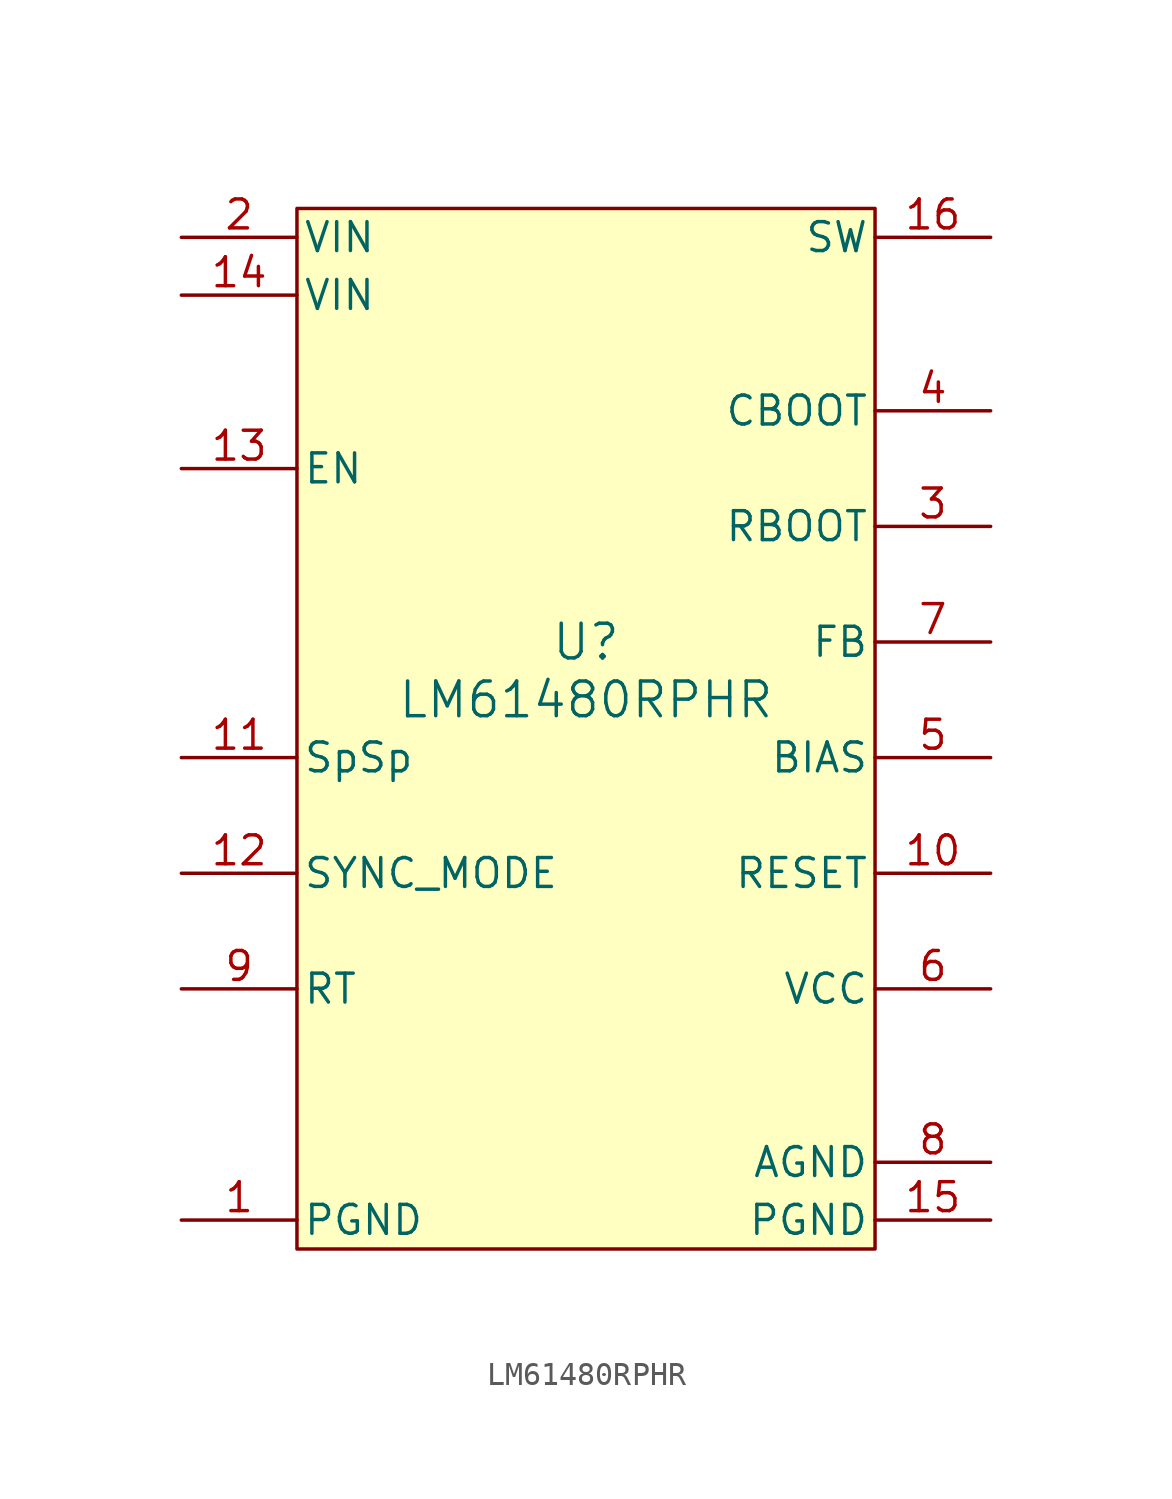
<source format=kicad_sym>
(kicad_symbol_lib
  (version 20220914)
  (generator kicad_symbol_editor)
  (symbol "LM61480RPHR"
    (pin_names
      (offset 0.254))
    (property "Reference" "U"
      (at 0 2.54 0)
      (effects (font (size 1.524 1.524))))
    (property "Value" "LM61480RPHR"
      (at 0 0 0)
      (effects (font (size 1.524 1.524))))
    (property "ki_locked" ""
      (at 0 0 0)
      (effects (font (size 1.27 1.27))))
    (symbol "LM61480RPHR_0_1"
      (pin power_in line (at -17.78 -22.86 0) (length 5.08) (name "PGND" (effects (font (size 1.27 1.27)))) (number "1" (effects (font (size 1.27 1.27)))))
      (pin input line (at 17.78 -7.62 180) (length 5.08) (name "RESET" (effects (font (size 1.27 1.27)))) (number "10" (effects (font (size 1.27 1.27)))))
      (pin unspecified line (at -17.78 -2.54 0) (length 5.08) (name "SpSp" (effects (font (size 1.27 1.27)))) (number "11" (effects (font (size 1.27 1.27)))))
      (pin input line (at -17.78 -7.62 0) (length 5.08) (name "SYNC_MODE" (effects (font (size 1.27 1.27)))) (number "12" (effects (font (size 1.27 1.27)))))
      (pin input line (at -17.78 10.16 0) (length 5.08) (name "EN" (effects (font (size 1.27 1.27)))) (number "13" (effects (font (size 1.27 1.27)))))
      (pin power_in line (at -17.78 17.78 0) (length 5.08) (name "VIN" (effects (font (size 1.27 1.27)))) (number "14" (effects (font (size 1.27 1.27)))))
      (pin power_in line (at 17.78 -22.86 180) (length 5.08) (name "PGND" (effects (font (size 1.27 1.27)))) (number "15" (effects (font (size 1.27 1.27)))))
      (pin power_in line (at 17.78 20.32 180) (length 5.08) (name "SW" (effects (font (size 1.27 1.27)))) (number "16" (effects (font (size 1.27 1.27)))))
      (pin power_in line (at -17.78 20.32 0) (length 5.08) (name "VIN" (effects (font (size 1.27 1.27)))) (number "2" (effects (font (size 1.27 1.27)))))
      (pin unspecified line (at 17.78 7.62 180) (length 5.08) (name "RBOOT" (effects (font (size 1.27 1.27)))) (number "3" (effects (font (size 1.27 1.27)))))
      (pin unspecified line (at 17.78 12.7 180) (length 5.08) (name "CBOOT" (effects (font (size 1.27 1.27)))) (number "4" (effects (font (size 1.27 1.27)))))
      (pin unspecified line (at 17.78 -2.54 180) (length 5.08) (name "BIAS" (effects (font (size 1.27 1.27)))) (number "5" (effects (font (size 1.27 1.27)))))
      (pin power_in line (at 17.78 -12.7 180) (length 5.08) (name "VCC" (effects (font (size 1.27 1.27)))) (number "6" (effects (font (size 1.27 1.27)))))
      (pin input line (at 17.78 2.54 180) (length 5.08) (name "FB" (effects (font (size 1.27 1.27)))) (number "7" (effects (font (size 1.27 1.27)))))
      (pin power_in line (at 17.78 -20.32 180) (length 5.08) (name "AGND" (effects (font (size 1.27 1.27)))) (number "8" (effects (font (size 1.27 1.27)))))
      (pin unspecified line (at -17.78 -12.7 0) (length 5.08) (name "RT" (effects (font (size 1.27 1.27)))) (number "9" (effects (font (size 1.27 1.27))))))
    (symbol "LM61480RPHR_1_1"
      (rectangle (start -12.7 21.59) (end 12.7 -24.13) (stroke (width 0) (type default)) (fill (type background))))))
</source>
